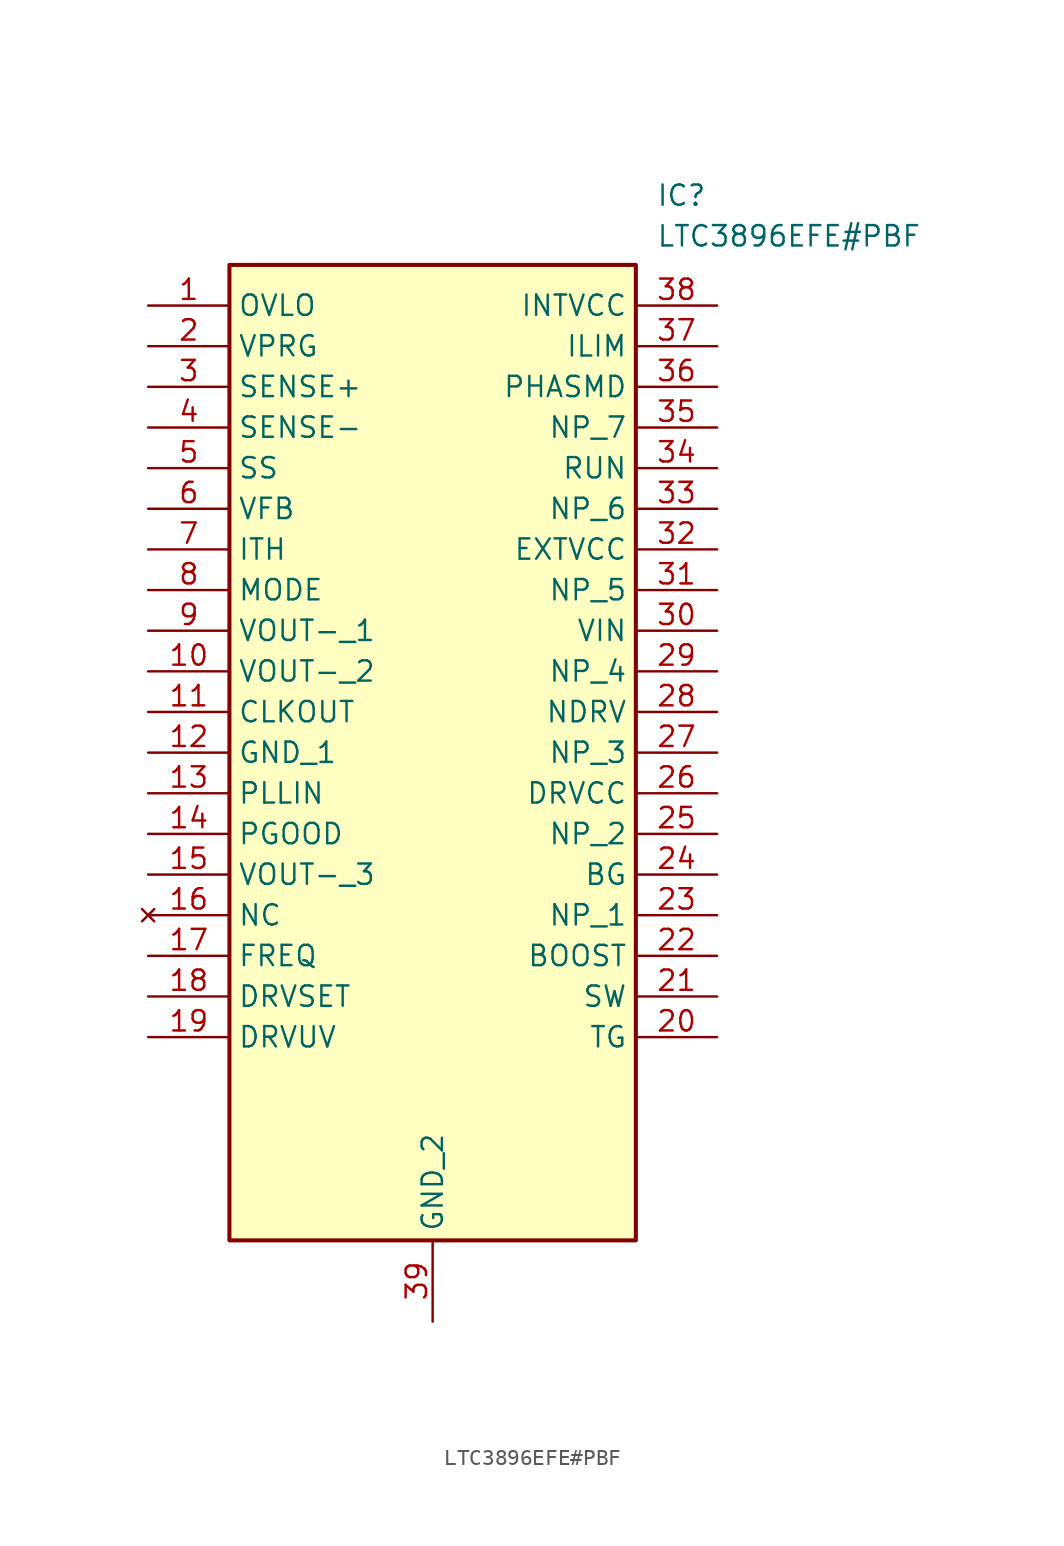
<source format=kicad_sym>
(kicad_symbol_lib
  (version 20211014)
  (generator SamacSys_ECAD_Model)
  (symbol "LTC3896EFE#PBF"
    (property "Reference" "IC"
      (at 31.75 7.62 0)
      (effects (font (size 1.27 1.27)) (justify left top)))
    (property "Value" "LTC3896EFE#PBF"
      (at 31.75 5.08 0)
      (effects (font (size 1.27 1.27)) (justify left top)))
    (rectangle
      (start 5.08 2.54)
      (end 30.48 -58.42)
      (stroke (width 0.254) (type default))
      (fill (type background)))
    (pin passive line
      (at 0 0 0)
      (length 5.08)
      (name "OVLO" (effects (font (size 1.27 1.27))))
      (number "1" (effects (font (size 1.27 1.27)))))
    (pin passive line
      (at 0 -2.54 0)
      (length 5.08)
      (name "VPRG" (effects (font (size 1.27 1.27))))
      (number "2" (effects (font (size 1.27 1.27)))))
    (pin passive line
      (at 0 -5.08 0)
      (length 5.08)
      (name "SENSE+" (effects (font (size 1.27 1.27))))
      (number "3" (effects (font (size 1.27 1.27)))))
    (pin passive line
      (at 0 -7.62 0)
      (length 5.08)
      (name "SENSE-" (effects (font (size 1.27 1.27))))
      (number "4" (effects (font (size 1.27 1.27)))))
    (pin passive line
      (at 0 -10.16 0)
      (length 5.08)
      (name "SS" (effects (font (size 1.27 1.27))))
      (number "5" (effects (font (size 1.27 1.27)))))
    (pin passive line
      (at 0 -12.7 0)
      (length 5.08)
      (name "VFB" (effects (font (size 1.27 1.27))))
      (number "6" (effects (font (size 1.27 1.27)))))
    (pin passive line
      (at 0 -15.24 0)
      (length 5.08)
      (name "ITH" (effects (font (size 1.27 1.27))))
      (number "7" (effects (font (size 1.27 1.27)))))
    (pin passive line
      (at 0 -17.78 0)
      (length 5.08)
      (name "MODE" (effects (font (size 1.27 1.27))))
      (number "8" (effects (font (size 1.27 1.27)))))
    (pin passive line
      (at 0 -20.32 0)
      (length 5.08)
      (name "VOUT-_1" (effects (font (size 1.27 1.27))))
      (number "9" (effects (font (size 1.27 1.27)))))
    (pin passive line
      (at 0 -22.86 0)
      (length 5.08)
      (name "VOUT-_2" (effects (font (size 1.27 1.27))))
      (number "10" (effects (font (size 1.27 1.27)))))
    (pin passive line
      (at 0 -25.4 0)
      (length 5.08)
      (name "CLKOUT" (effects (font (size 1.27 1.27))))
      (number "11" (effects (font (size 1.27 1.27)))))
    (pin passive line
      (at 0 -27.94 0)
      (length 5.08)
      (name "GND_1" (effects (font (size 1.27 1.27))))
      (number "12" (effects (font (size 1.27 1.27)))))
    (pin passive line
      (at 0 -30.48 0)
      (length 5.08)
      (name "PLLIN" (effects (font (size 1.27 1.27))))
      (number "13" (effects (font (size 1.27 1.27)))))
    (pin passive line
      (at 0 -33.02 0)
      (length 5.08)
      (name "PGOOD" (effects (font (size 1.27 1.27))))
      (number "14" (effects (font (size 1.27 1.27)))))
    (pin passive line
      (at 0 -35.56 0)
      (length 5.08)
      (name "VOUT-_3" (effects (font (size 1.27 1.27))))
      (number "15" (effects (font (size 1.27 1.27)))))
    (pin no_connect line
      (at 0 -38.1 0)
      (length 5.08)
      (name "NC" (effects (font (size 1.27 1.27))))
      (number "16" (effects (font (size 1.27 1.27)))))
    (pin passive line
      (at 0 -40.64 0)
      (length 5.08)
      (name "FREQ" (effects (font (size 1.27 1.27))))
      (number "17" (effects (font (size 1.27 1.27)))))
    (pin passive line
      (at 0 -43.18 0)
      (length 5.08)
      (name "DRVSET" (effects (font (size 1.27 1.27))))
      (number "18" (effects (font (size 1.27 1.27)))))
    (pin passive line
      (at 0 -45.72 0)
      (length 5.08)
      (name "DRVUV" (effects (font (size 1.27 1.27))))
      (number "19" (effects (font (size 1.27 1.27)))))
    (pin passive line
      (at 17.78 -63.5 90)
      (length 5.08)
      (name "GND_2" (effects (font (size 1.27 1.27))))
      (number "39" (effects (font (size 1.27 1.27)))))
    (pin passive line
      (at 35.56 0 180)
      (length 5.08)
      (name "INTVCC" (effects (font (size 1.27 1.27))))
      (number "38" (effects (font (size 1.27 1.27)))))
    (pin passive line
      (at 35.56 -2.54 180)
      (length 5.08)
      (name "ILIM" (effects (font (size 1.27 1.27))))
      (number "37" (effects (font (size 1.27 1.27)))))
    (pin passive line
      (at 35.56 -5.08 180)
      (length 5.08)
      (name "PHASMD" (effects (font (size 1.27 1.27))))
      (number "36" (effects (font (size 1.27 1.27)))))
    (pin passive line
      (at 35.56 -7.62 180)
      (length 5.08)
      (name "NP_7" (effects (font (size 1.27 1.27))))
      (number "35" (effects (font (size 1.27 1.27)))))
    (pin passive line
      (at 35.56 -10.16 180)
      (length 5.08)
      (name "RUN" (effects (font (size 1.27 1.27))))
      (number "34" (effects (font (size 1.27 1.27)))))
    (pin passive line
      (at 35.56 -12.7 180)
      (length 5.08)
      (name "NP_6" (effects (font (size 1.27 1.27))))
      (number "33" (effects (font (size 1.27 1.27)))))
    (pin passive line
      (at 35.56 -15.24 180)
      (length 5.08)
      (name "EXTVCC" (effects (font (size 1.27 1.27))))
      (number "32" (effects (font (size 1.27 1.27)))))
    (pin passive line
      (at 35.56 -17.78 180)
      (length 5.08)
      (name "NP_5" (effects (font (size 1.27 1.27))))
      (number "31" (effects (font (size 1.27 1.27)))))
    (pin passive line
      (at 35.56 -20.32 180)
      (length 5.08)
      (name "VIN" (effects (font (size 1.27 1.27))))
      (number "30" (effects (font (size 1.27 1.27)))))
    (pin passive line
      (at 35.56 -22.86 180)
      (length 5.08)
      (name "NP_4" (effects (font (size 1.27 1.27))))
      (number "29" (effects (font (size 1.27 1.27)))))
    (pin passive line
      (at 35.56 -25.4 180)
      (length 5.08)
      (name "NDRV" (effects (font (size 1.27 1.27))))
      (number "28" (effects (font (size 1.27 1.27)))))
    (pin passive line
      (at 35.56 -27.94 180)
      (length 5.08)
      (name "NP_3" (effects (font (size 1.27 1.27))))
      (number "27" (effects (font (size 1.27 1.27)))))
    (pin passive line
      (at 35.56 -30.48 180)
      (length 5.08)
      (name "DRVCC" (effects (font (size 1.27 1.27))))
      (number "26" (effects (font (size 1.27 1.27)))))
    (pin passive line
      (at 35.56 -33.02 180)
      (length 5.08)
      (name "NP_2" (effects (font (size 1.27 1.27))))
      (number "25" (effects (font (size 1.27 1.27)))))
    (pin passive line
      (at 35.56 -35.56 180)
      (length 5.08)
      (name "BG" (effects (font (size 1.27 1.27))))
      (number "24" (effects (font (size 1.27 1.27)))))
    (pin passive line
      (at 35.56 -38.1 180)
      (length 5.08)
      (name "NP_1" (effects (font (size 1.27 1.27))))
      (number "23" (effects (font (size 1.27 1.27)))))
    (pin passive line
      (at 35.56 -40.64 180)
      (length 5.08)
      (name "BOOST" (effects (font (size 1.27 1.27))))
      (number "22" (effects (font (size 1.27 1.27)))))
    (pin passive line
      (at 35.56 -43.18 180)
      (length 5.08)
      (name "SW" (effects (font (size 1.27 1.27))))
      (number "21" (effects (font (size 1.27 1.27)))))
    (pin passive line
      (at 35.56 -45.72 180)
      (length 5.08)
      (name "TG" (effects (font (size 1.27 1.27))))
      (number "20" (effects (font (size 1.27 1.27)))))))
</source>
